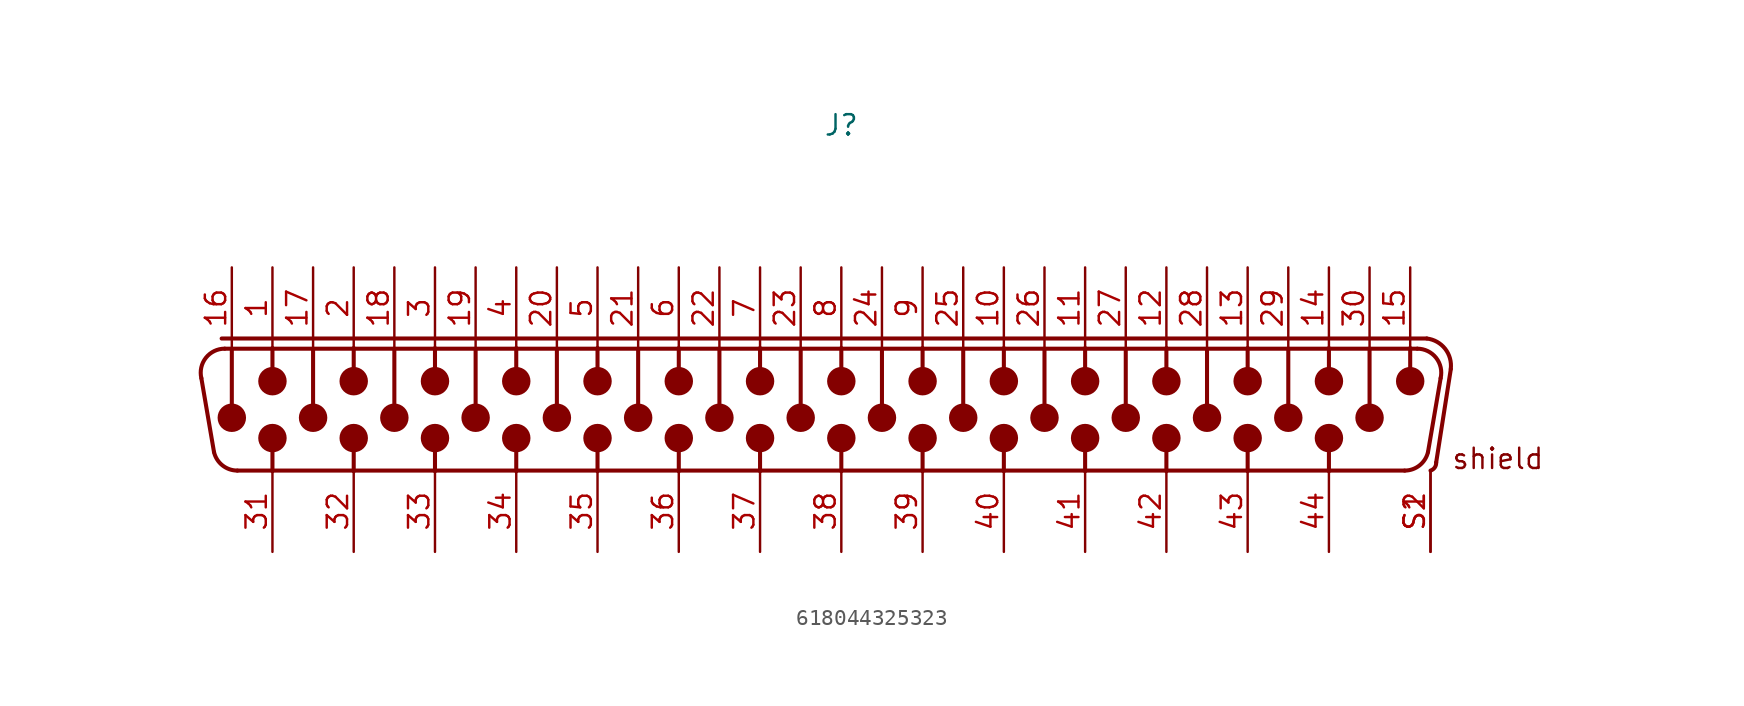
<source format=kicad_sym>
(kicad_symbol_lib
  (version 20241209)
  (generator "kicad_symbol_editor")
  (generator_version "9.0")
  (symbol "618044325323"
    (pin_names
      (hide yes))
    (property "Reference" "J"
      (at 0 17.78 0)
      (effects (font (size 1.27 1.27))))
    (symbol "618044325323_1_0"
      (polyline (pts (xy -39.213 -2.655) (xy -40.004 1.965)) (stroke (width 0.254) (type solid)) (fill (type none)))
      (polyline (pts (xy -38.735 4.445) (xy 36.6 4.445)) (stroke (width 0.254) (type solid)) (fill (type none)))
      (polyline (pts (xy -38.544 3.81) (xy 36.004 3.81)) (stroke (width 0.254) (type solid)) (fill (type none)))
      (arc (start -40.0042 1.965) (mid -39.7207 3.2407) (end -38.5443 3.81) (stroke (width 0.254) (type solid)) (fill (type none)))
      (polyline (pts (xy -38.1 3.81) (xy -38.1 -0.87)) (stroke (width 0.254) (type solid)) (fill (type none)))
      (circle (center -38.1 -0.508) (radius 0.762) (stroke (width 0.254) (type solid)) (fill (type outline)))
      (arc (start -37.753 -3.81) (mid -38.6838 -3.4862) (end -39.2128 -2.6547) (stroke (width 0.254) (type solid)) (fill (type none)))
      (polyline (pts (xy -35.56 3.85) (xy -35.56 1.67)) (stroke (width 0.254) (type solid)) (fill (type none)))
      (circle (center -35.56 1.778) (radius 0.762) (stroke (width 0.254) (type solid)) (fill (type outline)))
      (circle (center -35.56 -1.778) (radius 0.762) (stroke (width 0.254) (type solid)) (fill (type outline)))
      (polyline (pts (xy -35.56 -3.85) (xy -35.56 -1.67)) (stroke (width 0.254) (type solid)) (fill (type none)))
      (polyline (pts (xy -33.02 3.81) (xy -33.02 -0.87)) (stroke (width 0.254) (type solid)) (fill (type none)))
      (circle (center -33.02 -0.508) (radius 0.762) (stroke (width 0.254) (type solid)) (fill (type outline)))
      (polyline (pts (xy -30.48 3.85) (xy -30.48 1.67)) (stroke (width 0.254) (type solid)) (fill (type none)))
      (circle (center -30.48 1.778) (radius 0.762) (stroke (width 0.254) (type solid)) (fill (type outline)))
      (circle (center -30.48 -1.778) (radius 0.762) (stroke (width 0.254) (type solid)) (fill (type outline)))
      (polyline (pts (xy -30.48 -3.85) (xy -30.48 -1.67)) (stroke (width 0.254) (type solid)) (fill (type none)))
      (polyline (pts (xy -27.94 3.81) (xy -27.94 -0.87)) (stroke (width 0.254) (type solid)) (fill (type none)))
      (circle (center -27.94 -0.508) (radius 0.762) (stroke (width 0.254) (type solid)) (fill (type outline)))
      (polyline (pts (xy -25.4 3.85) (xy -25.4 1.67)) (stroke (width 0.254) (type solid)) (fill (type none)))
      (circle (center -25.4 1.778) (radius 0.762) (stroke (width 0.254) (type solid)) (fill (type outline)))
      (circle (center -25.4 -1.778) (radius 0.762) (stroke (width 0.254) (type solid)) (fill (type outline)))
      (polyline (pts (xy -25.4 -3.85) (xy -25.4 -1.67)) (stroke (width 0.254) (type solid)) (fill (type none)))
      (polyline (pts (xy -22.86 3.81) (xy -22.86 -0.87)) (stroke (width 0.254) (type solid)) (fill (type none)))
      (circle (center -22.86 -0.508) (radius 0.762) (stroke (width 0.254) (type solid)) (fill (type outline)))
      (polyline (pts (xy -20.32 3.85) (xy -20.32 1.67)) (stroke (width 0.254) (type solid)) (fill (type none)))
      (circle (center -20.32 1.778) (radius 0.762) (stroke (width 0.254) (type solid)) (fill (type outline)))
      (circle (center -20.32 -1.778) (radius 0.762) (stroke (width 0.254) (type solid)) (fill (type outline)))
      (polyline (pts (xy -20.32 -3.85) (xy -20.32 -1.67)) (stroke (width 0.254) (type solid)) (fill (type none)))
      (polyline (pts (xy -17.78 3.81) (xy -17.78 -0.87)) (stroke (width 0.254) (type solid)) (fill (type none)))
      (circle (center -17.78 -0.508) (radius 0.762) (stroke (width 0.254) (type solid)) (fill (type outline)))
      (polyline (pts (xy -15.24 3.85) (xy -15.24 1.67)) (stroke (width 0.254) (type solid)) (fill (type none)))
      (circle (center -15.24 1.778) (radius 0.762) (stroke (width 0.254) (type solid)) (fill (type outline)))
      (circle (center -15.24 -1.778) (radius 0.762) (stroke (width 0.254) (type solid)) (fill (type outline)))
      (polyline (pts (xy -15.24 -3.85) (xy -15.24 -1.67)) (stroke (width 0.254) (type solid)) (fill (type none)))
      (polyline (pts (xy -12.7 3.81) (xy -12.7 -0.87)) (stroke (width 0.254) (type solid)) (fill (type none)))
      (circle (center -12.7 -0.508) (radius 0.762) (stroke (width 0.254) (type solid)) (fill (type outline)))
      (polyline (pts (xy -10.16 3.85) (xy -10.16 1.67)) (stroke (width 0.254) (type solid)) (fill (type none)))
      (circle (center -10.16 1.778) (radius 0.762) (stroke (width 0.254) (type solid)) (fill (type outline)))
      (circle (center -10.16 -1.778) (radius 0.762) (stroke (width 0.254) (type solid)) (fill (type outline)))
      (polyline (pts (xy -10.16 -3.85) (xy -10.16 -1.67)) (stroke (width 0.254) (type solid)) (fill (type none)))
      (polyline (pts (xy -7.62 3.81) (xy -7.62 -0.87)) (stroke (width 0.254) (type solid)) (fill (type none)))
      (circle (center -7.62 -0.508) (radius 0.762) (stroke (width 0.254) (type solid)) (fill (type outline)))
      (polyline (pts (xy -5.08 3.85) (xy -5.08 1.67)) (stroke (width 0.254) (type solid)) (fill (type none)))
      (circle (center -5.08 1.778) (radius 0.762) (stroke (width 0.254) (type solid)) (fill (type outline)))
      (circle (center -5.08 -1.778) (radius 0.762) (stroke (width 0.254) (type solid)) (fill (type outline)))
      (polyline (pts (xy -5.08 -3.85) (xy -5.08 -1.67)) (stroke (width 0.254) (type solid)) (fill (type none)))
      (polyline (pts (xy -2.54 3.81) (xy -2.54 -0.87)) (stroke (width 0.254) (type solid)) (fill (type none)))
      (circle (center -2.54 -0.508) (radius 0.762) (stroke (width 0.254) (type solid)) (fill (type outline)))
      (polyline (pts (xy 0 3.85) (xy 0 1.67)) (stroke (width 0.254) (type solid)) (fill (type none)))
      (circle (center 0 1.778) (radius 0.762) (stroke (width 0.254) (type solid)) (fill (type outline)))
      (circle (center 0 -1.778) (radius 0.762) (stroke (width 0.254) (type solid)) (fill (type outline)))
      (polyline (pts (xy 0 -3.85) (xy 0 -1.67)) (stroke (width 0.254) (type solid)) (fill (type none)))
      (polyline (pts (xy 2.54 3.81) (xy 2.54 -0.87)) (stroke (width 0.254) (type solid)) (fill (type none)))
      (circle (center 2.54 -0.508) (radius 0.762) (stroke (width 0.254) (type solid)) (fill (type outline)))
      (polyline (pts (xy 5.08 3.85) (xy 5.08 1.67)) (stroke (width 0.254) (type solid)) (fill (type none)))
      (circle (center 5.08 1.778) (radius 0.762) (stroke (width 0.254) (type solid)) (fill (type outline)))
      (circle (center 5.08 -1.778) (radius 0.762) (stroke (width 0.254) (type solid)) (fill (type outline)))
      (polyline (pts (xy 5.08 -3.85) (xy 5.08 -1.67)) (stroke (width 0.254) (type solid)) (fill (type none)))
      (polyline (pts (xy 7.62 3.81) (xy 7.62 -0.87)) (stroke (width 0.254) (type solid)) (fill (type none)))
      (circle (center 7.62 -0.508) (radius 0.762) (stroke (width 0.254) (type solid)) (fill (type outline)))
      (polyline (pts (xy 10.16 3.85) (xy 10.16 1.67)) (stroke (width 0.254) (type solid)) (fill (type none)))
      (circle (center 10.16 1.778) (radius 0.762) (stroke (width 0.254) (type solid)) (fill (type outline)))
      (circle (center 10.16 -1.778) (radius 0.762) (stroke (width 0.254) (type solid)) (fill (type outline)))
      (polyline (pts (xy 10.16 -3.85) (xy 10.16 -1.67)) (stroke (width 0.254) (type solid)) (fill (type none)))
      (polyline (pts (xy 12.7 3.81) (xy 12.7 -0.87)) (stroke (width 0.254) (type solid)) (fill (type none)))
      (circle (center 12.7 -0.508) (radius 0.762) (stroke (width 0.254) (type solid)) (fill (type outline)))
      (polyline (pts (xy 15.24 3.85) (xy 15.24 1.67)) (stroke (width 0.254) (type solid)) (fill (type none)))
      (circle (center 15.24 1.778) (radius 0.762) (stroke (width 0.254) (type solid)) (fill (type outline)))
      (circle (center 15.24 -1.778) (radius 0.762) (stroke (width 0.254) (type solid)) (fill (type outline)))
      (polyline (pts (xy 15.24 -3.85) (xy 15.24 -1.67)) (stroke (width 0.254) (type solid)) (fill (type none)))
      (polyline (pts (xy 17.78 3.81) (xy 17.78 -0.87)) (stroke (width 0.254) (type solid)) (fill (type none)))
      (circle (center 17.78 -0.508) (radius 0.762) (stroke (width 0.254) (type solid)) (fill (type outline)))
      (polyline (pts (xy 20.32 3.85) (xy 20.32 1.67)) (stroke (width 0.254) (type solid)) (fill (type none)))
      (circle (center 20.32 1.778) (radius 0.762) (stroke (width 0.254) (type solid)) (fill (type outline)))
      (circle (center 20.32 -1.778) (radius 0.762) (stroke (width 0.254) (type solid)) (fill (type outline)))
      (polyline (pts (xy 20.32 -3.85) (xy 20.32 -1.67)) (stroke (width 0.254) (type solid)) (fill (type none)))
      (polyline (pts (xy 22.86 3.81) (xy 22.86 -0.87)) (stroke (width 0.254) (type solid)) (fill (type none)))
      (circle (center 22.86 -0.508) (radius 0.762) (stroke (width 0.254) (type solid)) (fill (type outline)))
      (polyline (pts (xy 25.4 3.85) (xy 25.4 1.67)) (stroke (width 0.254) (type solid)) (fill (type none)))
      (circle (center 25.4 1.778) (radius 0.762) (stroke (width 0.254) (type solid)) (fill (type outline)))
      (circle (center 25.4 -1.778) (radius 0.762) (stroke (width 0.254) (type solid)) (fill (type outline)))
      (polyline (pts (xy 25.4 -3.85) (xy 25.4 -1.67)) (stroke (width 0.254) (type solid)) (fill (type none)))
      (polyline (pts (xy 27.94 3.81) (xy 27.94 -0.87)) (stroke (width 0.254) (type solid)) (fill (type none)))
      (circle (center 27.94 -0.508) (radius 0.762) (stroke (width 0.254) (type solid)) (fill (type outline)))
      (polyline (pts (xy 30.48 3.85) (xy 30.48 1.67)) (stroke (width 0.254) (type solid)) (fill (type none)))
      (circle (center 30.48 1.778) (radius 0.762) (stroke (width 0.254) (type solid)) (fill (type outline)))
      (circle (center 30.48 -1.778) (radius 0.762) (stroke (width 0.254) (type solid)) (fill (type outline)))
      (polyline (pts (xy 30.48 -3.85) (xy 30.48 -1.67)) (stroke (width 0.254) (type solid)) (fill (type none)))
      (polyline (pts (xy 33.02 3.81) (xy 33.02 -0.87)) (stroke (width 0.254) (type solid)) (fill (type none)))
      (circle (center 33.02 -0.508) (radius 0.762) (stroke (width 0.254) (type solid)) (fill (type outline)))
      (arc (start 36.6728 -2.6548) (mid 36.1437 -3.4863) (end 35.2129 -3.81) (stroke (width 0.254) (type solid)) (fill (type none)))
      (polyline (pts (xy 35.213 -3.81) (xy -37.753 -3.81)) (stroke (width 0.254) (type solid)) (fill (type none)))
      (polyline (pts (xy 35.56 3.85) (xy 35.56 1.67)) (stroke (width 0.254) (type solid)) (fill (type none)))
      (circle (center 35.56 1.778) (radius 0.762) (stroke (width 0.254) (type solid)) (fill (type outline)))
      (arc (start 36.0043 3.81) (mid 37.1807 3.2407) (end 37.4642 1.965) (stroke (width 0.254) (type solid)) (fill (type none)))
      (arc (start 36.6 4.445) (mid 37.7464 3.8046) (end 38.1 2.54) (stroke (width 0.254) (type solid)) (fill (type none)))
      (arc (start 37.1839 -3.3037) (mid 37.0943 -3.618) (end 36.83 -3.81) (stroke (width 0.254) (type solid)) (fill (type none)))
      (polyline (pts (xy 37.184 -3.304) (xy 38.1 2.54)) (stroke (width 0.254) (type solid)) (fill (type none)))
      (polyline (pts (xy 37.464 1.965) (xy 36.673 -2.655)) (stroke (width 0.254) (type solid)) (fill (type none)))
      (pin passive line (at -38.1 8.89 270) (length 5.08) (name "16" (effects (font (size 1.27 1.27)))) (number "16" (effects (font (size 1.27 1.27)))))
      (pin passive line (at -35.56 8.89 270) (length 5.08) (name "1" (effects (font (size 1.27 1.27)))) (number "1" (effects (font (size 1.27 1.27)))))
      (pin passive line (at -35.56 -8.89 90) (length 5.08) (name "31" (effects (font (size 1.27 1.27)))) (number "31" (effects (font (size 1.27 1.27)))))
      (pin passive line (at -33.02 8.89 270) (length 5.08) (name "17" (effects (font (size 1.27 1.27)))) (number "17" (effects (font (size 1.27 1.27)))))
      (pin passive line (at -30.48 8.89 270) (length 5.08) (name "2" (effects (font (size 1.27 1.27)))) (number "2" (effects (font (size 1.27 1.27)))))
      (pin passive line (at -30.48 -8.89 90) (length 5.08) (name "32" (effects (font (size 1.27 1.27)))) (number "32" (effects (font (size 1.27 1.27)))))
      (pin passive line (at -27.94 8.89 270) (length 5.08) (name "18" (effects (font (size 1.27 1.27)))) (number "18" (effects (font (size 1.27 1.27)))))
      (pin passive line (at -25.4 8.89 270) (length 5.08) (name "3" (effects (font (size 1.27 1.27)))) (number "3" (effects (font (size 1.27 1.27)))))
      (pin passive line (at -25.4 -8.89 90) (length 5.08) (name "33" (effects (font (size 1.27 1.27)))) (number "33" (effects (font (size 1.27 1.27)))))
      (pin passive line (at -22.86 8.89 270) (length 5.08) (name "19" (effects (font (size 1.27 1.27)))) (number "19" (effects (font (size 1.27 1.27)))))
      (pin passive line (at -20.32 8.89 270) (length 5.08) (name "4" (effects (font (size 1.27 1.27)))) (number "4" (effects (font (size 1.27 1.27)))))
      (pin passive line (at -20.32 -8.89 90) (length 5.08) (name "34" (effects (font (size 1.27 1.27)))) (number "34" (effects (font (size 1.27 1.27)))))
      (pin passive line (at -17.78 8.89 270) (length 5.08) (name "20" (effects (font (size 1.27 1.27)))) (number "20" (effects (font (size 1.27 1.27)))))
      (pin passive line (at -15.24 8.89 270) (length 5.08) (name "5" (effects (font (size 1.27 1.27)))) (number "5" (effects (font (size 1.27 1.27)))))
      (pin passive line (at -15.24 -8.89 90) (length 5.08) (name "35" (effects (font (size 1.27 1.27)))) (number "35" (effects (font (size 1.27 1.27)))))
      (pin passive line (at -12.7 8.89 270) (length 5.08) (name "21" (effects (font (size 1.27 1.27)))) (number "21" (effects (font (size 1.27 1.27)))))
      (pin passive line (at -10.16 8.89 270) (length 5.08) (name "6" (effects (font (size 1.27 1.27)))) (number "6" (effects (font (size 1.27 1.27)))))
      (pin passive line (at -10.16 -8.89 90) (length 5.08) (name "36" (effects (font (size 1.27 1.27)))) (number "36" (effects (font (size 1.27 1.27)))))
      (pin passive line (at -7.62 8.89 270) (length 5.08) (name "22" (effects (font (size 1.27 1.27)))) (number "22" (effects (font (size 1.27 1.27)))))
      (pin passive line (at -5.08 8.89 270) (length 5.08) (name "7" (effects (font (size 1.27 1.27)))) (number "7" (effects (font (size 1.27 1.27)))))
      (pin passive line (at -5.08 -8.89 90) (length 5.08) (name "37" (effects (font (size 1.27 1.27)))) (number "37" (effects (font (size 1.27 1.27)))))
      (pin passive line (at -2.54 8.89 270) (length 5.08) (name "23" (effects (font (size 1.27 1.27)))) (number "23" (effects (font (size 1.27 1.27)))))
      (pin passive line (at 0 8.89 270) (length 5.08) (name "8" (effects (font (size 1.27 1.27)))) (number "8" (effects (font (size 1.27 1.27)))))
      (pin passive line (at 0 -8.89 90) (length 5.08) (name "38" (effects (font (size 1.27 1.27)))) (number "38" (effects (font (size 1.27 1.27)))))
      (pin passive line (at 2.54 8.89 270) (length 5.08) (name "24" (effects (font (size 1.27 1.27)))) (number "24" (effects (font (size 1.27 1.27)))))
      (pin passive line (at 5.08 8.89 270) (length 5.08) (name "9" (effects (font (size 1.27 1.27)))) (number "9" (effects (font (size 1.27 1.27)))))
      (pin passive line (at 5.08 -8.89 90) (length 5.08) (name "39" (effects (font (size 1.27 1.27)))) (number "39" (effects (font (size 1.27 1.27)))))
      (pin passive line (at 7.62 8.89 270) (length 5.08) (name "25" (effects (font (size 1.27 1.27)))) (number "25" (effects (font (size 1.27 1.27)))))
      (pin passive line (at 10.16 8.89 270) (length 5.08) (name "10" (effects (font (size 1.27 1.27)))) (number "10" (effects (font (size 1.27 1.27)))))
      (pin passive line (at 10.16 -8.89 90) (length 5.08) (name "40" (effects (font (size 1.27 1.27)))) (number "40" (effects (font (size 1.27 1.27)))))
      (pin passive line (at 12.7 8.89 270) (length 5.08) (name "26" (effects (font (size 1.27 1.27)))) (number "26" (effects (font (size 1.27 1.27)))))
      (pin passive line (at 15.24 8.89 270) (length 5.08) (name "11" (effects (font (size 1.27 1.27)))) (number "11" (effects (font (size 1.27 1.27)))))
      (pin passive line (at 15.24 -8.89 90) (length 5.08) (name "41" (effects (font (size 1.27 1.27)))) (number "41" (effects (font (size 1.27 1.27)))))
      (pin passive line (at 17.78 8.89 270) (length 5.08) (name "27" (effects (font (size 1.27 1.27)))) (number "27" (effects (font (size 1.27 1.27)))))
      (pin passive line (at 20.32 8.89 270) (length 5.08) (name "12" (effects (font (size 1.27 1.27)))) (number "12" (effects (font (size 1.27 1.27)))))
      (pin passive line (at 20.32 -8.89 90) (length 5.08) (name "42" (effects (font (size 1.27 1.27)))) (number "42" (effects (font (size 1.27 1.27)))))
      (pin passive line (at 22.86 8.89 270) (length 5.08) (name "28" (effects (font (size 1.27 1.27)))) (number "28" (effects (font (size 1.27 1.27)))))
      (pin passive line (at 25.4 8.89 270) (length 5.08) (name "13" (effects (font (size 1.27 1.27)))) (number "13" (effects (font (size 1.27 1.27)))))
      (pin passive line (at 25.4 -8.89 90) (length 5.08) (name "43" (effects (font (size 1.27 1.27)))) (number "43" (effects (font (size 1.27 1.27)))))
      (pin passive line (at 27.94 8.89 270) (length 5.08) (name "29" (effects (font (size 1.27 1.27)))) (number "29" (effects (font (size 1.27 1.27)))))
      (pin passive line (at 30.48 8.89 270) (length 5.08) (name "14" (effects (font (size 1.27 1.27)))) (number "14" (effects (font (size 1.27 1.27)))))
      (pin passive line (at 30.48 -8.89 90) (length 5.08) (name "44" (effects (font (size 1.27 1.27)))) (number "44" (effects (font (size 1.27 1.27)))))
      (pin passive line (at 33.02 8.89 270) (length 5.08) (name "30" (effects (font (size 1.27 1.27)))) (number "30" (effects (font (size 1.27 1.27)))))
      (pin passive line (at 35.56 8.89 270) (length 5.08) (name "15" (effects (font (size 1.27 1.27)))) (number "15" (effects (font (size 1.27 1.27)))))
      (pin passive line (at 36.83 -8.89 90) (length 5.08) (name "SHIELD" (effects (font (size 1.27 1.27)))) (number "S1" (effects (font (size 1.27 1.27)))))
      (pin passive line (at 36.83 -8.89 90) (length 5.08) (name "SHIELD" (effects (font (size 1.27 1.27)))) (number "S2" (effects (font (size 1.27 1.27))))))
    (symbol "618044325323_1_1"
      (text "shield" (at 38.1 -3.81 0) (effects (font (size 1.27 1.27)) (justify left bottom))))))
</source>
